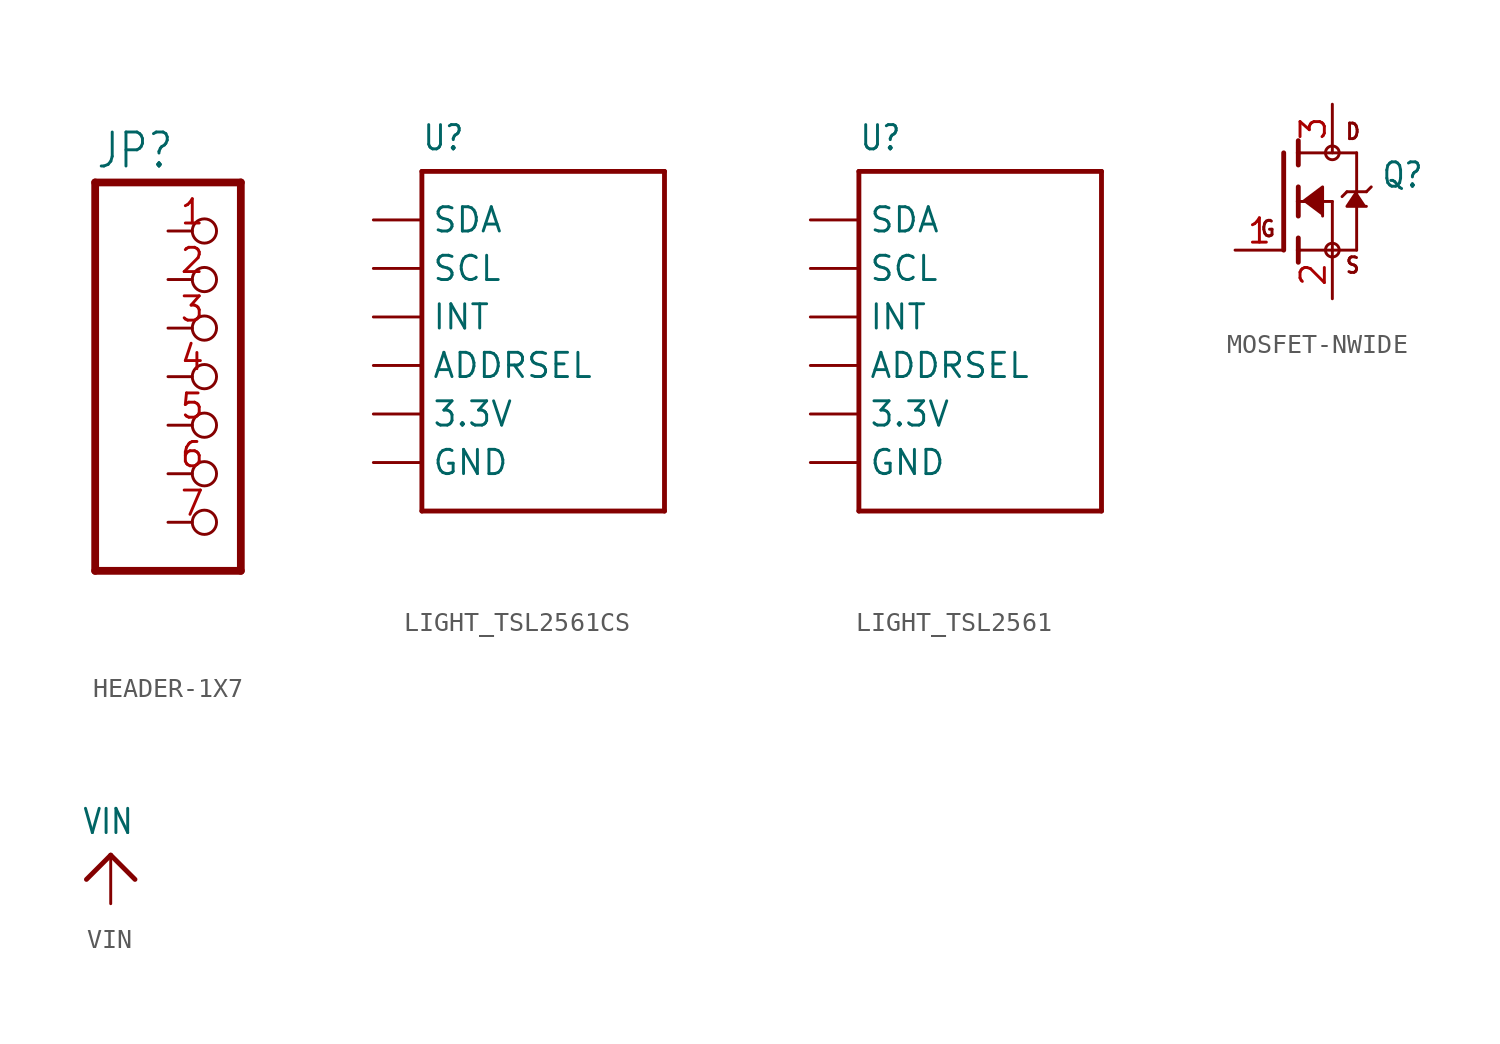
<source format=kicad_sym>
(kicad_symbol_lib
  (version 20220914)
  (generator kicad_symbol_editor)
  (symbol "HEADER-1X7"
    (property "Reference" "JP"
      (at -6.35 10.795 0)
      (effects (font (size 1.778 1.511)) (justify left bottom)))
    (property "Value" ""
      (at -6.35 -12.7 0)
      (effects (font (size 1.778 1.511)) (justify left bottom)))
    (property "ki_locked" ""
      (at 0 0 0)
      (effects (font (size 1.27 1.27))))
    (symbol "HEADER-1X7_1_0"
      (polyline (pts (xy -6.35 -10.16) (xy 1.27 -10.16)) (stroke (width 0.406) (type solid)) (fill (type none)))
      (polyline (pts (xy -6.35 10.16) (xy -6.35 -10.16)) (stroke (width 0.406) (type solid)) (fill (type none)))
      (polyline (pts (xy 1.27 -10.16) (xy 1.27 10.16)) (stroke (width 0.406) (type solid)) (fill (type none)))
      (polyline (pts (xy 1.27 10.16) (xy -6.35 10.16)) (stroke (width 0.406) (type solid)) (fill (type none)))
      (pin passive inverted (at -2.54 7.62 0) (length 2.54) (name "1" (effects (font (size 0 0)))) (number "1" (effects (font (size 1.27 1.27)))))
      (pin passive inverted (at -2.54 5.08 0) (length 2.54) (name "2" (effects (font (size 0 0)))) (number "2" (effects (font (size 1.27 1.27)))))
      (pin passive inverted (at -2.54 2.54 0) (length 2.54) (name "3" (effects (font (size 0 0)))) (number "3" (effects (font (size 1.27 1.27)))))
      (pin passive inverted (at -2.54 0 0) (length 2.54) (name "4" (effects (font (size 0 0)))) (number "4" (effects (font (size 1.27 1.27)))))
      (pin passive inverted (at -2.54 -2.54 0) (length 2.54) (name "5" (effects (font (size 0 0)))) (number "5" (effects (font (size 1.27 1.27)))))
      (pin passive inverted (at -2.54 -5.08 0) (length 2.54) (name "6" (effects (font (size 0 0)))) (number "6" (effects (font (size 1.27 1.27)))))
      (pin passive inverted (at -2.54 -7.62 0) (length 2.54) (name "7" (effects (font (size 0 0)))) (number "7" (effects (font (size 1.27 1.27)))))))
  (symbol "LIGHT_TSL2561CS"
    (property "Reference" "U"
      (at -7.62 8.636 0)
      (effects (font (size 1.27 1.079)) (justify left bottom)))
    (property "Value" ""
      (at -7.62 -12.7 0)
      (effects (font (size 1.27 1.079)) (justify left bottom)))
    (property "ki_locked" ""
      (at 0 0 0)
      (effects (font (size 1.27 1.27))))
    (symbol "LIGHT_TSL2561CS_1_0"
      (polyline (pts (xy -7.62 -10.16) (xy -7.62 7.62)) (stroke (width 0.254) (type solid)) (fill (type none)))
      (polyline (pts (xy -7.62 7.62) (xy 5.08 7.62)) (stroke (width 0.254) (type solid)) (fill (type none)))
      (polyline (pts (xy 5.08 -10.16) (xy -7.62 -10.16)) (stroke (width 0.254) (type solid)) (fill (type none)))
      (polyline (pts (xy 5.08 7.62) (xy 5.08 -10.16)) (stroke (width 0.254) (type solid)) (fill (type none)))
      (pin bidirectional line (at -10.16 -2.54 0) (length 2.54) (name "ADDRSEL" (effects (font (size 1.27 1.27)))) (number "ADDR" (effects (font (size 0 0)))))
      (pin bidirectional line (at -10.16 -7.62 0) (length 2.54) (name "GND" (effects (font (size 1.27 1.27)))) (number "GND" (effects (font (size 0 0)))))
      (pin bidirectional line (at -10.16 0 0) (length 2.54) (name "INT" (effects (font (size 1.27 1.27)))) (number "INT" (effects (font (size 0 0)))))
      (pin bidirectional line (at -10.16 2.54 0) (length 2.54) (name "SCL" (effects (font (size 1.27 1.27)))) (number "SCL" (effects (font (size 0 0)))))
      (pin bidirectional line (at -10.16 5.08 0) (length 2.54) (name "SDA" (effects (font (size 1.27 1.27)))) (number "SDA" (effects (font (size 0 0)))))
      (pin bidirectional line (at -10.16 -5.08 0) (length 2.54) (name "3.3V" (effects (font (size 1.27 1.27)))) (number "VDD" (effects (font (size 0 0)))))))
  (symbol "LIGHT_TSL2561"
    (property "Reference" "U"
      (at -7.62 8.636 0)
      (effects (font (size 1.27 1.079)) (justify left bottom)))
    (property "Value" ""
      (at -7.62 -12.7 0)
      (effects (font (size 1.27 1.079)) (justify left bottom)))
    (property "ki_locked" ""
      (at 0 0 0)
      (effects (font (size 1.27 1.27))))
    (symbol "LIGHT_TSL2561_1_0"
      (polyline (pts (xy -7.62 -10.16) (xy -7.62 7.62)) (stroke (width 0.254) (type solid)) (fill (type none)))
      (polyline (pts (xy -7.62 7.62) (xy 5.08 7.62)) (stroke (width 0.254) (type solid)) (fill (type none)))
      (polyline (pts (xy 5.08 -10.16) (xy -7.62 -10.16)) (stroke (width 0.254) (type solid)) (fill (type none)))
      (polyline (pts (xy 5.08 7.62) (xy 5.08 -10.16)) (stroke (width 0.254) (type solid)) (fill (type none)))
      (pin bidirectional line (at -10.16 -2.54 0) (length 2.54) (name "ADDRSEL" (effects (font (size 1.27 1.27)))) (number "ADR" (effects (font (size 0 0)))))
      (pin bidirectional line (at -10.16 2.54 0) (length 2.54) (name "SCL" (effects (font (size 1.27 1.27)))) (number "CLK" (effects (font (size 0 0)))))
      (pin bidirectional line (at -10.16 5.08 0) (length 2.54) (name "SDA" (effects (font (size 1.27 1.27)))) (number "DATA" (effects (font (size 0 0)))))
      (pin bidirectional line (at -10.16 0 0) (length 2.54) (name "INT" (effects (font (size 1.27 1.27)))) (number "INT" (effects (font (size 0 0)))))
      (pin bidirectional line (at -10.16 -5.08 0) (length 2.54) (name "3.3V" (effects (font (size 1.27 1.27)))) (number "VDD" (effects (font (size 0 0)))))
      (pin bidirectional line (at -10.16 -7.62 0) (length 2.54) (name "GND" (effects (font (size 1.27 1.27)))) (number "VSS" (effects (font (size 0 0)))))))
  (symbol "MOSFET-NWIDE"
    (property "Reference" "Q"
      (at 5.08 0.635 0)
      (effects (font (size 1.27 1.079)) (justify left bottom)))
    (property "Value" ""
      (at 5.08 -1.27 0)
      (effects (font (size 1.27 1.079)) (justify left bottom)))
    (property "ki_locked" ""
      (at 0 0 0)
      (effects (font (size 1.27 1.27))))
    (symbol "MOSFET-NWIDE_1_0"
      (polyline (pts (xy 0 2.54) (xy 0 -2.54)) (stroke (width 0.254) (type solid)) (fill (type none)))
      (polyline (pts (xy 0.762 -2.54) (xy 0.762 -3.175)) (stroke (width 0.254) (type solid)) (fill (type none)))
      (polyline (pts (xy 0.762 -1.905) (xy 0.762 -2.54)) (stroke (width 0.254) (type solid)) (fill (type none)))
      (polyline (pts (xy 0.762 0) (xy 0.762 -0.762)) (stroke (width 0.254) (type solid)) (fill (type none)))
      (polyline (pts (xy 0.762 0) (xy 2.54 0)) (stroke (width 0.152) (type solid)) (fill (type none)))
      (polyline (pts (xy 0.762 0.762) (xy 0.762 0)) (stroke (width 0.254) (type solid)) (fill (type none)))
      (polyline (pts (xy 0.762 2.54) (xy 0.762 1.905)) (stroke (width 0.254) (type solid)) (fill (type none)))
      (polyline (pts (xy 0.762 2.54) (xy 3.81 2.54)) (stroke (width 0.152) (type solid)) (fill (type none)))
      (polyline (pts (xy 0.762 3.175) (xy 0.762 2.54)) (stroke (width 0.254) (type solid)) (fill (type none)))
      (polyline (pts (xy 2.54 -2.54) (xy 0.762 -2.54)) (stroke (width 0.152) (type solid)) (fill (type none)))
      (polyline (pts (xy 2.54 -2.54) (xy 3.81 -2.54)) (stroke (width 0.152) (type solid)) (fill (type none)))
      (polyline (pts (xy 2.54 0) (xy 2.54 -2.54)) (stroke (width 0.152) (type solid)) (fill (type none)))
      (polyline (pts (xy 3.302 0.508) (xy 3.048 0.254)) (stroke (width 0.152) (type solid)) (fill (type none)))
      (polyline (pts (xy 3.81 0.508) (xy 3.302 0.508)) (stroke (width 0.152) (type solid)) (fill (type none)))
      (polyline (pts (xy 3.81 0.508) (xy 3.81 -2.54)) (stroke (width 0.152) (type solid)) (fill (type none)))
      (polyline (pts (xy 3.81 2.54) (xy 3.81 0.508)) (stroke (width 0.152) (type solid)) (fill (type none)))
      (polyline (pts (xy 4.318 0.508) (xy 3.81 0.508)) (stroke (width 0.152) (type solid)) (fill (type none)))
      (polyline (pts (xy 4.572 0.762) (xy 4.318 0.508)) (stroke (width 0.152) (type solid)) (fill (type none)))
      (polyline (pts (xy 1.016 0) (xy 2.032 0.762) (xy 2.032 -0.762)) (stroke (width 0.152) (type solid)) (fill (type outline)))
      (polyline (pts (xy 3.81 0.508) (xy 3.302 -0.254) (xy 4.318 -0.254)) (stroke (width 0.152) (type solid)) (fill (type outline)))
      (circle (center 2.54 -2.54) (radius 0.359) (stroke (width 0) (type solid)) (fill (type none)))
      (circle (center 2.54 2.54) (radius 0.359) (stroke (width 0) (type solid)) (fill (type none)))
      (text "D" (at 3.175 3.175 0) (effects (font (size 0.813 0.691)) (justify left bottom)))
      (text "G" (at -1.27 -1.905 0) (effects (font (size 0.813 0.691)) (justify left bottom)))
      (text "S" (at 3.175 -3.81 0) (effects (font (size 0.813 0.691)) (justify left bottom)))
      (pin bidirectional line (at -2.54 -2.54 0) (length 2.54) (name "G" (effects (font (size 0 0)))) (number "1" (effects (font (size 1.27 1.27)))))
      (pin bidirectional line (at 2.54 -5.08 90) (length 2.54) (name "S" (effects (font (size 0 0)))) (number "2" (effects (font (size 1.27 1.27)))))
      (pin bidirectional line (at 2.54 5.08 270) (length 2.54) (name "D" (effects (font (size 0 0)))) (number "3" (effects (font (size 1.27 1.27)))))))
  (symbol "VIN"
    (power)
    (property "Reference" ""
      (at 0 0 0)
      (effects (font (size 1.27 1.27)) hide))
    (property "Value" "VIN"
      (at -1.524 1.016 0)
      (effects (font (size 1.27 1.079)) (justify left bottom)))
    (property "ki_locked" ""
      (at 0 0 0)
      (effects (font (size 1.27 1.27))))
    (symbol "VIN_1_0"
      (polyline (pts (xy -1.27 -1.27) (xy 0 0)) (stroke (width 0.254) (type solid)) (fill (type none)))
      (polyline (pts (xy 0 0) (xy 1.27 -1.27)) (stroke (width 0.254) (type solid)) (fill (type none)))
      (pin power_in line (at 0 -2.54 90) (length 2.54) (name "VIN" (effects (font (size 0 0)))) (number "1" (effects (font (size 0 0))))))))
</source>
